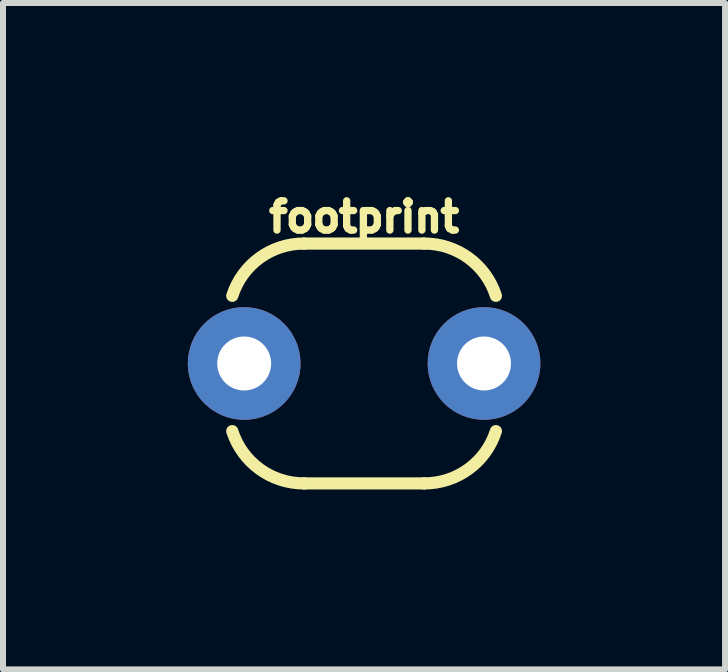
<source format=kicad_pcb>
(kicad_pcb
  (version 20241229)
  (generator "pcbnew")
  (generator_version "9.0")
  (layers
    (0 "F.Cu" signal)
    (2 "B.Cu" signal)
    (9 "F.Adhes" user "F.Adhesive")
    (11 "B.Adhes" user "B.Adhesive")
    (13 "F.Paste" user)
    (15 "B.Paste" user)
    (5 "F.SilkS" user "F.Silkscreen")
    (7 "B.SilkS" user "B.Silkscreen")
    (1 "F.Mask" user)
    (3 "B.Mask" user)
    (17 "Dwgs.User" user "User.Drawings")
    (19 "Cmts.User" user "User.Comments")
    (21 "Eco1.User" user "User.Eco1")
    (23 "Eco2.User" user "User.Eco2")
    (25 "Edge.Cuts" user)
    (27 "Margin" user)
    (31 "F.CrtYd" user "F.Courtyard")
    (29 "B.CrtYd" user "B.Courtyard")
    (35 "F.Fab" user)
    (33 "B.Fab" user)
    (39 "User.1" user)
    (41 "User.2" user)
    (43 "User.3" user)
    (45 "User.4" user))
  (footprint "footprint"
    (layer "F.Cu")
    (at 3.022 3.012)
    (property "Reference" "footprint" (at 0 -2.159 0) (layer "F.SilkS") (effects (font (size 0.488 0.488) (thickness 0.122)) (justify bottom)))
    (fp_poly (pts (xy -1.847 -0.483) (xy -1.705 -0.408) (xy -1.59 -0.289) (xy -1.5 0.006) (xy -1.526 0.166) (xy -1.599 0.305) (xy -1.711 0.415) (xy -1.852 0.486) (xy -1.997 0.507) (xy -2.007 0.445) (xy -2.015 0.507) (xy -2.16 0.488) (xy -2.3 0.42) (xy -2.417 0.309) (xy -2.516 0.027) (xy -2.494 -0.139) (xy -2.424 -0.286) (xy -2.308 -0.408) (xy -2.012 -0.512)) (stroke (width 0) (type solid)) (fill yes) (layer "F.Mask"))
    (fp_poly (pts (xy 2.166 -0.483) (xy 2.308 -0.408) (xy 2.423 -0.289) (xy 2.509 -0.008) (xy 2.449 0.01) (xy 2.511 0.021) (xy 2.487 0.166) (xy 2.414 0.305) (xy 2.302 0.415) (xy 2.162 0.486) (xy 2.016 0.507) (xy 2.007 0.445) (xy 1.998 0.507) (xy 1.853 0.488) (xy 1.713 0.42) (xy 1.596 0.309) (xy 1.497 0.027) (xy 1.519 -0.139) (xy 1.59 -0.286) (xy 1.705 -0.408) (xy 2.001 -0.512)) (stroke (width 0) (type solid)) (fill yes) (layer "F.Mask"))
    (fp_poly (pts (xy 2.208 -0.994) (xy 2.4 -0.932) (xy 2.576 -0.835) (xy 2.73 -0.705) (xy 2.855 -0.547) (xy 2.948 -0.368) (xy 3.004 -0.174) (xy 3.02 0.02) (xy 2.957 0.025) (xy 3.02 0.032) (xy 2.999 0.221) (xy 2.94 0.408) (xy 2.846 0.58) (xy 2.72 0.731) (xy 2.566 0.854) (xy 2.392 0.944) (xy 2.204 0.999) (xy 2.015 1.016) (xy 2.009 0.953) (xy 2.004 1.016) (xy 1.813 1) (xy 1.624 0.945) (xy 1.449 0.854) (xy 1.295 0.731) (xy 1.167 0.58) (xy 1.071 0.405) (xy 0.99 0.027) (xy 1.008 -0.177) (xy 1.064 -0.371) (xy 1.157 -0.549) (xy 1.283 -0.707) (xy 1.437 -0.836) (xy 1.616 -0.935) (xy 2.004 -1.017)) (stroke (width 0) (type solid)) (fill yes) (layer "B.Mask"))
    (fp_poly (pts (xy -1.805 -0.994) (xy -1.613 -0.932) (xy -1.437 -0.835) (xy -1.283 -0.705) (xy -1.158 -0.547) (xy -1.065 -0.368) (xy -1.01 -0.174) (xy -0.993 0.02) (xy -1.057 0.025) (xy -0.993 0.032) (xy -1.014 0.221) (xy -1.073 0.408) (xy -1.168 0.58) (xy -1.294 0.731) (xy -1.447 0.854) (xy -1.621 0.944) (xy -1.809 0.999) (xy -1.999 1.016) (xy -2.004 0.953) (xy -2.009 1.016) (xy -2.2 1) (xy -2.389 0.945) (xy -2.564 0.854) (xy -2.719 0.731) (xy -2.846 0.58) (xy -2.943 0.405) (xy -3.021 0.036) (xy -2.959 0.023) (xy -3.022 0.017) (xy -3.005 -0.177) (xy -2.949 -0.371) (xy -2.856 -0.549) (xy -2.73 -0.707) (xy -2.576 -0.836) (xy -2.397 -0.935) (xy -2.01 -1.017)) (stroke (width 0) (type solid)) (fill yes) (layer "B.Mask"))
    (fp_line (start -1 -2) (end 1 -2) (stroke (width 0.203) (type solid)) (layer "F.SilkS"))
    (fp_line (start 1 2) (end -1 2) (stroke (width 0.203) (type solid)) (layer "F.SilkS"))
    (fp_arc (start -2.1984 -1.1286) (mid -1.74206 -1.760769) (end -1 -2) (stroke (width 0.2032) (type solid)) (layer "F.SilkS"))
    (fp_arc (start -1 2) (mid -1.742059 1.760769) (end -2.1984 1.1286) (stroke (width 0.2032) (type solid)) (layer "F.SilkS"))
    (fp_arc (start 1 -2) (mid 1.742059 -1.760769) (end 2.1984 -1.1286) (stroke (width 0.2032) (type solid)) (layer "F.SilkS"))
    (fp_arc (start 2.1984 1.1286) (mid 1.74206 1.760769) (end 1 2) (stroke (width 0.2032) (type solid)) (layer "F.SilkS"))
    (pad "1" thru_hole circle (at -2 0) (size 1.88 1.88) (drill 0.9) (layers "*.Cu"))
    (pad "2" thru_hole circle (at 2 0) (size 1.88 1.88) (drill 0.9) (layers "*.Cu")))
  (gr_rect
    (start -3 -3)
    (end 9.042 8.114)
    (stroke (width 0.1) (type default))
    (fill no)
    (layer "Edge.Cuts")))
</source>
